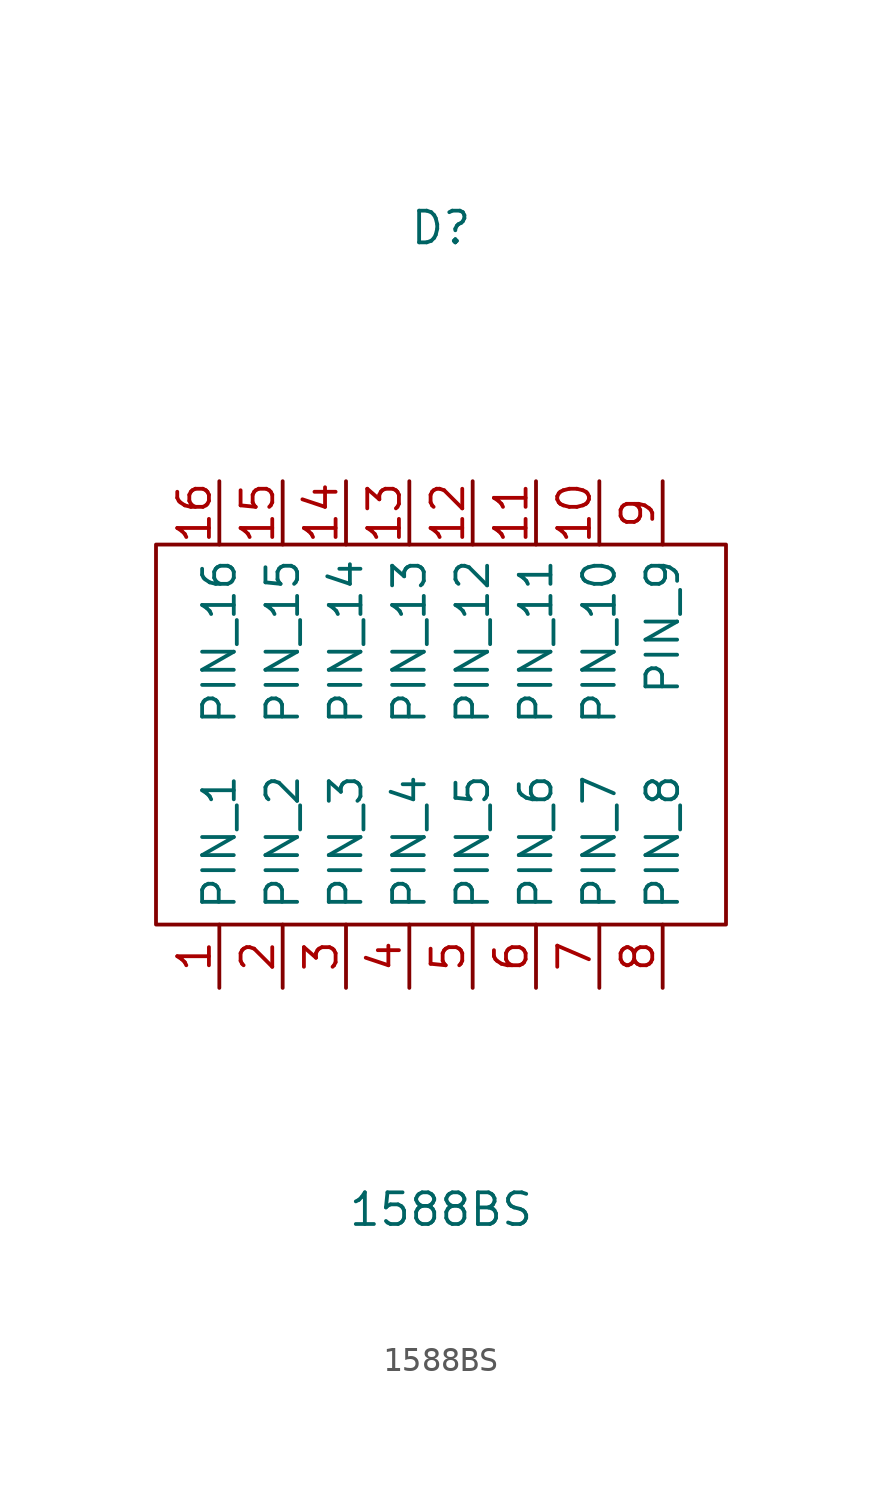
<source format=kicad_sym>
(kicad_symbol_lib
  (version 20211014)
  (generator kicad_symbol_editor)
  (symbol "1588BS"
    (property "Reference" "D"
      (at 0 39.37 0)
      (effects (font (size 1.27 1.27))))
    (property "Value" "1588BS"
      (at 0 0 0)
      (effects (font (size 1.27 1.27))))
    (symbol "1588BS_0_1"
      (rectangle (start -11.43 26.67) (end 11.43 11.43) (stroke (width 0) (type default) (color 0 0 0 0)) (fill (type none))))
    (symbol "1588BS_1_1"
      (pin passive line (at -8.89 8.89 90) (length 2.54) (name "PIN_1" (effects (font (size 1.27 1.27)))) (number "1" (effects (font (size 1.27 1.27)))))
      (pin passive line (at 6.35 29.21 270) (length 2.54) (name "PIN_10" (effects (font (size 1.27 1.27)))) (number "10" (effects (font (size 1.27 1.27)))))
      (pin passive line (at 3.81 29.21 270) (length 2.54) (name "PIN_11" (effects (font (size 1.27 1.27)))) (number "11" (effects (font (size 1.27 1.27)))))
      (pin passive line (at 1.27 29.21 270) (length 2.54) (name "PIN_12" (effects (font (size 1.27 1.27)))) (number "12" (effects (font (size 1.27 1.27)))))
      (pin passive line (at -1.27 29.21 270) (length 2.54) (name "PIN_13" (effects (font (size 1.27 1.27)))) (number "13" (effects (font (size 1.27 1.27)))))
      (pin passive line (at -3.81 29.21 270) (length 2.54) (name "PIN_14" (effects (font (size 1.27 1.27)))) (number "14" (effects (font (size 1.27 1.27)))))
      (pin passive line (at -6.35 29.21 270) (length 2.54) (name "PIN_15" (effects (font (size 1.27 1.27)))) (number "15" (effects (font (size 1.27 1.27)))))
      (pin passive line (at -8.89 29.21 270) (length 2.54) (name "PIN_16" (effects (font (size 1.27 1.27)))) (number "16" (effects (font (size 1.27 1.27)))))
      (pin passive line (at -6.35 8.89 90) (length 2.54) (name "PIN_2" (effects (font (size 1.27 1.27)))) (number "2" (effects (font (size 1.27 1.27)))))
      (pin passive line (at -3.81 8.89 90) (length 2.54) (name "PIN_3" (effects (font (size 1.27 1.27)))) (number "3" (effects (font (size 1.27 1.27)))))
      (pin passive line (at -1.27 8.89 90) (length 2.54) (name "PIN_4" (effects (font (size 1.27 1.27)))) (number "4" (effects (font (size 1.27 1.27)))))
      (pin passive line (at 1.27 8.89 90) (length 2.54) (name "PIN_5" (effects (font (size 1.27 1.27)))) (number "5" (effects (font (size 1.27 1.27)))))
      (pin passive line (at 3.81 8.89 90) (length 2.54) (name "PIN_6" (effects (font (size 1.27 1.27)))) (number "6" (effects (font (size 1.27 1.27)))))
      (pin passive line (at 6.35 8.89 90) (length 2.54) (name "PIN_7" (effects (font (size 1.27 1.27)))) (number "7" (effects (font (size 1.27 1.27)))))
      (pin passive line (at 8.89 8.89 90) (length 2.54) (name "PIN_8" (effects (font (size 1.27 1.27)))) (number "8" (effects (font (size 1.27 1.27)))))
      (pin passive line (at 8.89 29.21 270) (length 2.54) (name "PIN_9" (effects (font (size 1.27 1.27)))) (number "9" (effects (font (size 1.27 1.27))))))))
</source>
